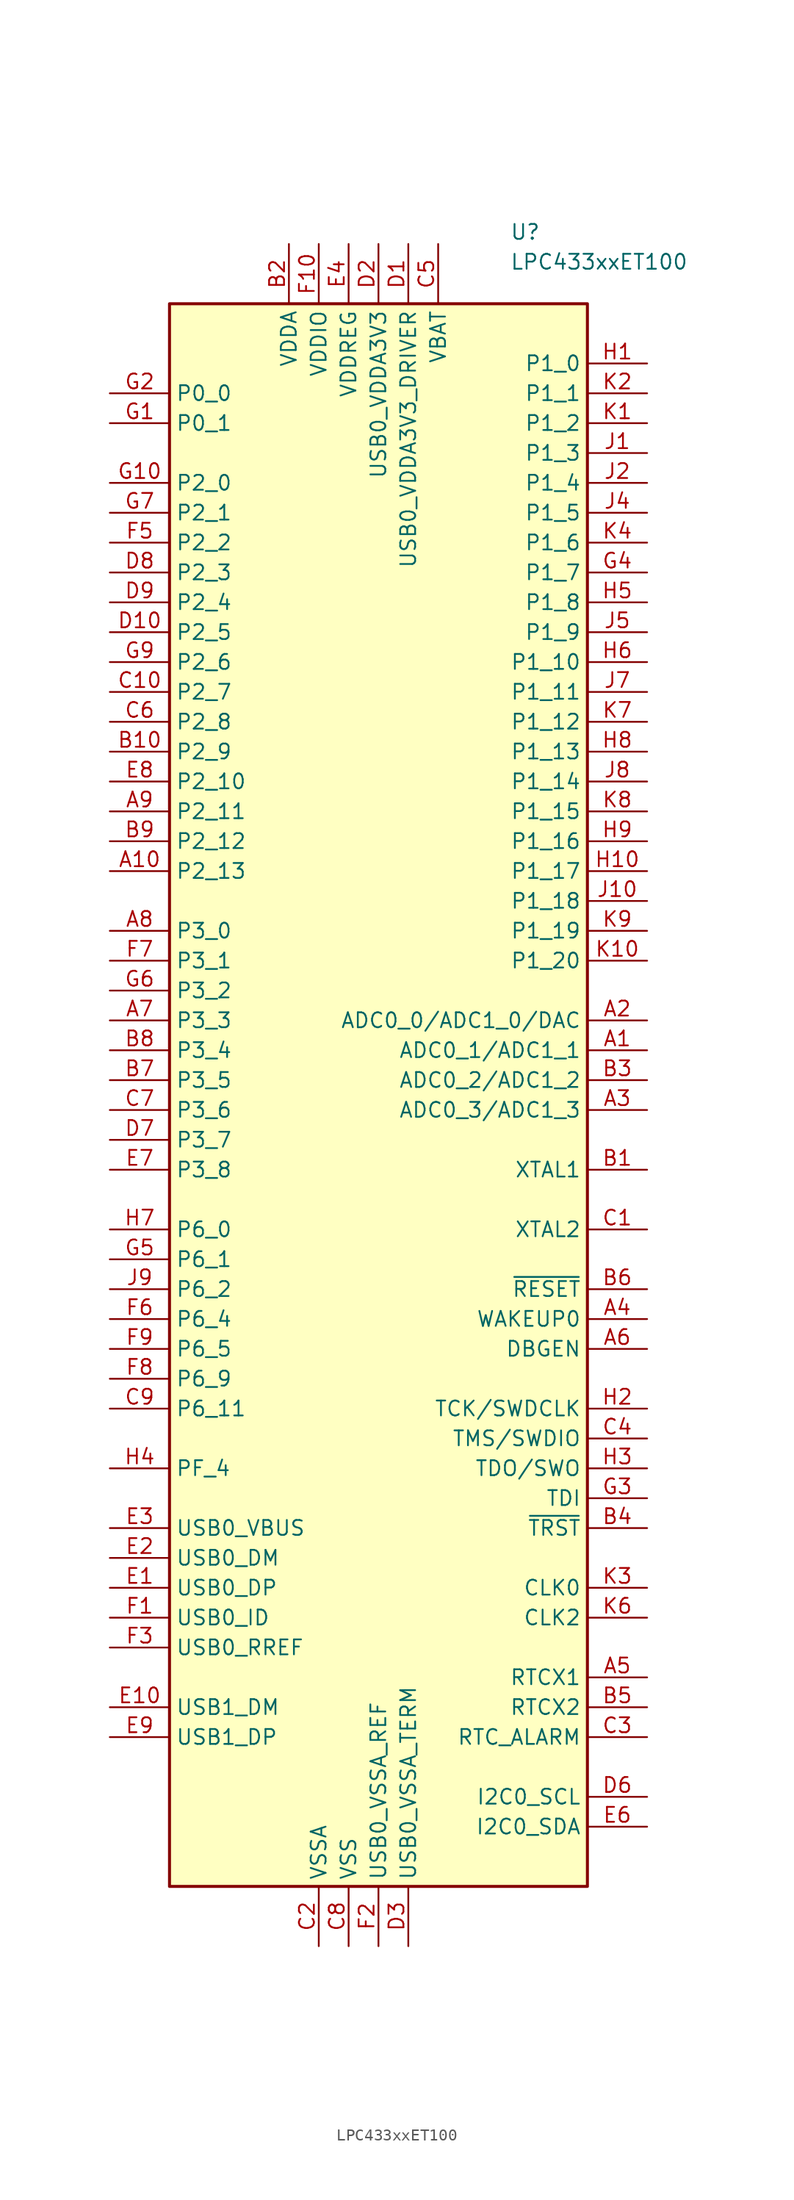
<source format=kicad_sym>
(kicad_symbol_lib
  (version 20241209)
  (generator "kicad_symbol_editor")
  (generator_version "9.0")
  (symbol "LPC433xxET100"
    (property "Reference" "U"
      (at 11.176 74.676 0)
      (effects (font (size 1.27 1.27)) (justify left)))
    (property "Value" "LPC433xxET100"
      (at 11.176 72.136 0)
      (effects (font (size 1.27 1.27)) (justify left)))
    (symbol "LPC433xxET100_1_1"
      (rectangle (start -17.78 68.58) (end 17.78 -66.04) (stroke (width 0.254) (type default)) (fill (type background)))
      (pin bidirectional line (at -22.86 60.96 0) (length 5.08) (name "P0_0" (effects (font (size 1.27 1.27)))) (number "G2" (effects (font (size 1.27 1.27)))))
      (pin bidirectional line (at -22.86 58.42 0) (length 5.08) (name "P0_1" (effects (font (size 1.27 1.27)))) (number "G1" (effects (font (size 1.27 1.27)))))
      (pin bidirectional line (at -22.86 53.34 0) (length 5.08) (name "P2_0" (effects (font (size 1.27 1.27)))) (number "G10" (effects (font (size 1.27 1.27)))))
      (pin bidirectional line (at -22.86 50.8 0) (length 5.08) (name "P2_1" (effects (font (size 1.27 1.27)))) (number "G7" (effects (font (size 1.27 1.27)))))
      (pin bidirectional line (at -22.86 48.26 0) (length 5.08) (name "P2_2" (effects (font (size 1.27 1.27)))) (number "F5" (effects (font (size 1.27 1.27)))))
      (pin bidirectional line (at -22.86 45.72 0) (length 5.08) (name "P2_3" (effects (font (size 1.27 1.27)))) (number "D8" (effects (font (size 1.27 1.27)))))
      (pin bidirectional line (at -22.86 43.18 0) (length 5.08) (name "P2_4" (effects (font (size 1.27 1.27)))) (number "D9" (effects (font (size 1.27 1.27)))))
      (pin bidirectional line (at -22.86 40.64 0) (length 5.08) (name "P2_5" (effects (font (size 1.27 1.27)))) (number "D10" (effects (font (size 1.27 1.27)))))
      (pin bidirectional line (at -22.86 38.1 0) (length 5.08) (name "P2_6" (effects (font (size 1.27 1.27)))) (number "G9" (effects (font (size 1.27 1.27)))))
      (pin bidirectional line (at -22.86 35.56 0) (length 5.08) (name "P2_7" (effects (font (size 1.27 1.27)))) (number "C10" (effects (font (size 1.27 1.27)))))
      (pin bidirectional line (at -22.86 33.02 0) (length 5.08) (name "P2_8" (effects (font (size 1.27 1.27)))) (number "C6" (effects (font (size 1.27 1.27)))))
      (pin bidirectional line (at -22.86 30.48 0) (length 5.08) (name "P2_9" (effects (font (size 1.27 1.27)))) (number "B10" (effects (font (size 1.27 1.27)))))
      (pin bidirectional line (at -22.86 27.94 0) (length 5.08) (name "P2_10" (effects (font (size 1.27 1.27)))) (number "E8" (effects (font (size 1.27 1.27)))))
      (pin bidirectional line (at -22.86 25.4 0) (length 5.08) (name "P2_11" (effects (font (size 1.27 1.27)))) (number "A9" (effects (font (size 1.27 1.27)))))
      (pin bidirectional line (at -22.86 22.86 0) (length 5.08) (name "P2_12" (effects (font (size 1.27 1.27)))) (number "B9" (effects (font (size 1.27 1.27)))))
      (pin bidirectional line (at -22.86 20.32 0) (length 5.08) (name "P2_13" (effects (font (size 1.27 1.27)))) (number "A10" (effects (font (size 1.27 1.27)))))
      (pin bidirectional line (at -22.86 15.24 0) (length 5.08) (name "P3_0" (effects (font (size 1.27 1.27)))) (number "A8" (effects (font (size 1.27 1.27)))))
      (pin bidirectional line (at -22.86 12.7 0) (length 5.08) (name "P3_1" (effects (font (size 1.27 1.27)))) (number "F7" (effects (font (size 1.27 1.27)))))
      (pin bidirectional line (at -22.86 10.16 0) (length 5.08) (name "P3_2" (effects (font (size 1.27 1.27)))) (number "G6" (effects (font (size 1.27 1.27)))))
      (pin bidirectional line (at -22.86 7.62 0) (length 5.08) (name "P3_3" (effects (font (size 1.27 1.27)))) (number "A7" (effects (font (size 1.27 1.27)))))
      (pin bidirectional line (at -22.86 5.08 0) (length 5.08) (name "P3_4" (effects (font (size 1.27 1.27)))) (number "B8" (effects (font (size 1.27 1.27)))))
      (pin bidirectional line (at -22.86 2.54 0) (length 5.08) (name "P3_5" (effects (font (size 1.27 1.27)))) (number "B7" (effects (font (size 1.27 1.27)))))
      (pin bidirectional line (at -22.86 0 0) (length 5.08) (name "P3_6" (effects (font (size 1.27 1.27)))) (number "C7" (effects (font (size 1.27 1.27)))))
      (pin bidirectional line (at -22.86 -2.54 0) (length 5.08) (name "P3_7" (effects (font (size 1.27 1.27)))) (number "D7" (effects (font (size 1.27 1.27)))))
      (pin bidirectional line (at -22.86 -5.08 0) (length 5.08) (name "P3_8" (effects (font (size 1.27 1.27)))) (number "E7" (effects (font (size 1.27 1.27)))))
      (pin bidirectional line (at -22.86 -10.16 0) (length 5.08) (name "P6_0" (effects (font (size 1.27 1.27)))) (number "H7" (effects (font (size 1.27 1.27)))))
      (pin bidirectional line (at -22.86 -12.7 0) (length 5.08) (name "P6_1" (effects (font (size 1.27 1.27)))) (number "G5" (effects (font (size 1.27 1.27)))))
      (pin bidirectional line (at -22.86 -15.24 0) (length 5.08) (name "P6_2" (effects (font (size 1.27 1.27)))) (number "J9" (effects (font (size 1.27 1.27)))))
      (pin bidirectional line (at -22.86 -17.78 0) (length 5.08) (name "P6_4" (effects (font (size 1.27 1.27)))) (number "F6" (effects (font (size 1.27 1.27)))))
      (pin bidirectional line (at -22.86 -20.32 0) (length 5.08) (name "P6_5" (effects (font (size 1.27 1.27)))) (number "F9" (effects (font (size 1.27 1.27)))))
      (pin bidirectional line (at -22.86 -22.86 0) (length 5.08) (name "P6_9" (effects (font (size 1.27 1.27)))) (number "F8" (effects (font (size 1.27 1.27)))))
      (pin bidirectional line (at -22.86 -25.4 0) (length 5.08) (name "P6_11" (effects (font (size 1.27 1.27)))) (number "C9" (effects (font (size 1.27 1.27)))))
      (pin bidirectional line (at -22.86 -30.48 0) (length 5.08) (name "PF_4" (effects (font (size 1.27 1.27)))) (number "H4" (effects (font (size 1.27 1.27)))))
      (pin power_in line (at -22.86 -35.56 0) (length 5.08) (name "USB0_VBUS" (effects (font (size 1.27 1.27)))) (number "E3" (effects (font (size 1.27 1.27)))))
      (pin bidirectional line (at -22.86 -38.1 0) (length 5.08) (name "USB0_DM" (effects (font (size 1.27 1.27)))) (number "E2" (effects (font (size 1.27 1.27)))))
      (pin bidirectional line (at -22.86 -40.64 0) (length 5.08) (name "USB0_DP" (effects (font (size 1.27 1.27)))) (number "E1" (effects (font (size 1.27 1.27)))))
      (pin input line (at -22.86 -43.18 0) (length 5.08) (name "USB0_ID" (effects (font (size 1.27 1.27)))) (number "F1" (effects (font (size 1.27 1.27)))))
      (pin input line (at -22.86 -45.72 0) (length 5.08) (name "USB0_RREF" (effects (font (size 1.27 1.27)))) (number "F3" (effects (font (size 1.27 1.27)))))
      (pin bidirectional line (at -22.86 -50.8 0) (length 5.08) (name "USB1_DM" (effects (font (size 1.27 1.27)))) (number "E10" (effects (font (size 1.27 1.27)))))
      (pin bidirectional line (at -22.86 -53.34 0) (length 5.08) (name "USB1_DP" (effects (font (size 1.27 1.27)))) (number "E9" (effects (font (size 1.27 1.27)))))
      (pin power_in line (at -7.62 73.66 270) (length 5.08) (name "VDDA" (effects (font (size 1.27 1.27)))) (number "B2" (effects (font (size 1.27 1.27)))))
      (pin power_in line (at -5.08 73.66 270) (length 5.08) (name "VDDIO" (effects (font (size 1.27 1.27)))) (number "F10" (effects (font (size 1.27 1.27)))))
      (pin passive line (at -5.08 73.66 270) (length 5.08) (hide yes) (name "VDDIO" (effects (font (size 1.27 1.27)))) (number "K5" (effects (font (size 1.27 1.27)))))
      (pin power_in line (at -5.08 -71.12 90) (length 5.08) (name "VSSA" (effects (font (size 1.27 1.27)))) (number "C2" (effects (font (size 1.27 1.27)))))
      (pin power_in line (at -2.54 73.66 270) (length 5.08) (name "VDDREG" (effects (font (size 1.27 1.27)))) (number "E4" (effects (font (size 1.27 1.27)))))
      (pin passive line (at -2.54 73.66 270) (length 5.08) (hide yes) (name "VDDREG" (effects (font (size 1.27 1.27)))) (number "E5" (effects (font (size 1.27 1.27)))))
      (pin passive line (at -2.54 73.66 270) (length 5.08) (hide yes) (name "VDDREG" (effects (font (size 1.27 1.27)))) (number "F4" (effects (font (size 1.27 1.27)))))
      (pin power_in line (at -2.54 -71.12 90) (length 5.08) (name "VSS" (effects (font (size 1.27 1.27)))) (number "C8" (effects (font (size 1.27 1.27)))))
      (pin passive line (at -2.54 -71.12 90) (length 5.08) (hide yes) (name "VSS" (effects (font (size 1.27 1.27)))) (number "D4" (effects (font (size 1.27 1.27)))))
      (pin passive line (at -2.54 -71.12 90) (length 5.08) (hide yes) (name "VSS" (effects (font (size 1.27 1.27)))) (number "D5" (effects (font (size 1.27 1.27)))))
      (pin passive line (at -2.54 -71.12 90) (length 5.08) (hide yes) (name "VSS" (effects (font (size 1.27 1.27)))) (number "G8" (effects (font (size 1.27 1.27)))))
      (pin passive line (at -2.54 -71.12 90) (length 5.08) (hide yes) (name "VSS" (effects (font (size 1.27 1.27)))) (number "J3" (effects (font (size 1.27 1.27)))))
      (pin passive line (at -2.54 -71.12 90) (length 5.08) (hide yes) (name "VSS" (effects (font (size 1.27 1.27)))) (number "J6" (effects (font (size 1.27 1.27)))))
      (pin power_in line (at 0 73.66 270) (length 5.08) (name "USB0_VDDA3V3" (effects (font (size 1.27 1.27)))) (number "D2" (effects (font (size 1.27 1.27)))))
      (pin power_in line (at 0 -71.12 90) (length 5.08) (name "USB0_VSSA_REF" (effects (font (size 1.27 1.27)))) (number "F2" (effects (font (size 1.27 1.27)))))
      (pin power_in line (at 2.54 73.66 270) (length 5.08) (name "USB0_VDDA3V3_DRIVER" (effects (font (size 1.27 1.27)))) (number "D1" (effects (font (size 1.27 1.27)))))
      (pin power_in line (at 2.54 -71.12 90) (length 5.08) (name "USB0_VSSA_TERM" (effects (font (size 1.27 1.27)))) (number "D3" (effects (font (size 1.27 1.27)))))
      (pin power_in line (at 5.08 73.66 270) (length 5.08) (name "VBAT" (effects (font (size 1.27 1.27)))) (number "C5" (effects (font (size 1.27 1.27)))))
      (pin bidirectional line (at 22.86 63.5 180) (length 5.08) (name "P1_0" (effects (font (size 1.27 1.27)))) (number "H1" (effects (font (size 1.27 1.27)))))
      (pin bidirectional line (at 22.86 60.96 180) (length 5.08) (name "P1_1" (effects (font (size 1.27 1.27)))) (number "K2" (effects (font (size 1.27 1.27)))))
      (pin bidirectional line (at 22.86 58.42 180) (length 5.08) (name "P1_2" (effects (font (size 1.27 1.27)))) (number "K1" (effects (font (size 1.27 1.27)))))
      (pin bidirectional line (at 22.86 55.88 180) (length 5.08) (name "P1_3" (effects (font (size 1.27 1.27)))) (number "J1" (effects (font (size 1.27 1.27)))))
      (pin bidirectional line (at 22.86 53.34 180) (length 5.08) (name "P1_4" (effects (font (size 1.27 1.27)))) (number "J2" (effects (font (size 1.27 1.27)))))
      (pin bidirectional line (at 22.86 50.8 180) (length 5.08) (name "P1_5" (effects (font (size 1.27 1.27)))) (number "J4" (effects (font (size 1.27 1.27)))))
      (pin bidirectional line (at 22.86 48.26 180) (length 5.08) (name "P1_6" (effects (font (size 1.27 1.27)))) (number "K4" (effects (font (size 1.27 1.27)))))
      (pin bidirectional line (at 22.86 45.72 180) (length 5.08) (name "P1_7" (effects (font (size 1.27 1.27)))) (number "G4" (effects (font (size 1.27 1.27)))))
      (pin bidirectional line (at 22.86 43.18 180) (length 5.08) (name "P1_8" (effects (font (size 1.27 1.27)))) (number "H5" (effects (font (size 1.27 1.27)))))
      (pin bidirectional line (at 22.86 40.64 180) (length 5.08) (name "P1_9" (effects (font (size 1.27 1.27)))) (number "J5" (effects (font (size 1.27 1.27)))))
      (pin bidirectional line (at 22.86 38.1 180) (length 5.08) (name "P1_10" (effects (font (size 1.27 1.27)))) (number "H6" (effects (font (size 1.27 1.27)))))
      (pin bidirectional line (at 22.86 35.56 180) (length 5.08) (name "P1_11" (effects (font (size 1.27 1.27)))) (number "J7" (effects (font (size 1.27 1.27)))))
      (pin bidirectional line (at 22.86 33.02 180) (length 5.08) (name "P1_12" (effects (font (size 1.27 1.27)))) (number "K7" (effects (font (size 1.27 1.27)))))
      (pin bidirectional line (at 22.86 30.48 180) (length 5.08) (name "P1_13" (effects (font (size 1.27 1.27)))) (number "H8" (effects (font (size 1.27 1.27)))))
      (pin bidirectional line (at 22.86 27.94 180) (length 5.08) (name "P1_14" (effects (font (size 1.27 1.27)))) (number "J8" (effects (font (size 1.27 1.27)))))
      (pin bidirectional line (at 22.86 25.4 180) (length 5.08) (name "P1_15" (effects (font (size 1.27 1.27)))) (number "K8" (effects (font (size 1.27 1.27)))))
      (pin bidirectional line (at 22.86 22.86 180) (length 5.08) (name "P1_16" (effects (font (size 1.27 1.27)))) (number "H9" (effects (font (size 1.27 1.27)))))
      (pin bidirectional line (at 22.86 20.32 180) (length 5.08) (name "P1_17" (effects (font (size 1.27 1.27)))) (number "H10" (effects (font (size 1.27 1.27)))))
      (pin bidirectional line (at 22.86 17.78 180) (length 5.08) (name "P1_18" (effects (font (size 1.27 1.27)))) (number "J10" (effects (font (size 1.27 1.27)))))
      (pin bidirectional line (at 22.86 15.24 180) (length 5.08) (name "P1_19" (effects (font (size 1.27 1.27)))) (number "K9" (effects (font (size 1.27 1.27)))))
      (pin bidirectional line (at 22.86 12.7 180) (length 5.08) (name "P1_20" (effects (font (size 1.27 1.27)))) (number "K10" (effects (font (size 1.27 1.27)))))
      (pin bidirectional line (at 22.86 7.62 180) (length 5.08) (name "ADC0_0/ADC1_0/DAC" (effects (font (size 1.27 1.27)))) (number "A2" (effects (font (size 1.27 1.27)))))
      (pin input line (at 22.86 5.08 180) (length 5.08) (name "ADC0_1/ADC1_1" (effects (font (size 1.27 1.27)))) (number "A1" (effects (font (size 1.27 1.27)))))
      (pin input line (at 22.86 2.54 180) (length 5.08) (name "ADC0_2/ADC1_2" (effects (font (size 1.27 1.27)))) (number "B3" (effects (font (size 1.27 1.27)))))
      (pin input line (at 22.86 0 180) (length 5.08) (name "ADC0_3/ADC1_3" (effects (font (size 1.27 1.27)))) (number "A3" (effects (font (size 1.27 1.27)))))
      (pin input line (at 22.86 -5.08 180) (length 5.08) (name "XTAL1" (effects (font (size 1.27 1.27)))) (number "B1" (effects (font (size 1.27 1.27)))))
      (pin output line (at 22.86 -10.16 180) (length 5.08) (name "XTAL2" (effects (font (size 1.27 1.27)))) (number "C1" (effects (font (size 1.27 1.27)))))
      (pin input line (at 22.86 -15.24 180) (length 5.08) (name "~{RESET}" (effects (font (size 1.27 1.27)))) (number "B6" (effects (font (size 1.27 1.27)))))
      (pin input line (at 22.86 -17.78 180) (length 5.08) (name "WAKEUP0" (effects (font (size 1.27 1.27)))) (number "A4" (effects (font (size 1.27 1.27)))))
      (pin input line (at 22.86 -20.32 180) (length 5.08) (name "DBGEN" (effects (font (size 1.27 1.27)))) (number "A6" (effects (font (size 1.27 1.27)))))
      (pin input line (at 22.86 -25.4 180) (length 5.08) (name "TCK/SWDCLK" (effects (font (size 1.27 1.27)))) (number "H2" (effects (font (size 1.27 1.27)))))
      (pin bidirectional line (at 22.86 -27.94 180) (length 5.08) (name "TMS/SWDIO" (effects (font (size 1.27 1.27)))) (number "C4" (effects (font (size 1.27 1.27)))))
      (pin output line (at 22.86 -30.48 180) (length 5.08) (name "TDO/SWO" (effects (font (size 1.27 1.27)))) (number "H3" (effects (font (size 1.27 1.27)))))
      (pin input line (at 22.86 -33.02 180) (length 5.08) (name "TDI" (effects (font (size 1.27 1.27)))) (number "G3" (effects (font (size 1.27 1.27)))))
      (pin input line (at 22.86 -35.56 180) (length 5.08) (name "~{TRST}" (effects (font (size 1.27 1.27)))) (number "B4" (effects (font (size 1.27 1.27)))))
      (pin bidirectional line (at 22.86 -40.64 180) (length 5.08) (name "CLK0" (effects (font (size 1.27 1.27)))) (number "K3" (effects (font (size 1.27 1.27)))))
      (pin bidirectional line (at 22.86 -43.18 180) (length 5.08) (name "CLK2" (effects (font (size 1.27 1.27)))) (number "K6" (effects (font (size 1.27 1.27)))))
      (pin input line (at 22.86 -48.26 180) (length 5.08) (name "RTCX1" (effects (font (size 1.27 1.27)))) (number "A5" (effects (font (size 1.27 1.27)))))
      (pin output line (at 22.86 -50.8 180) (length 5.08) (name "RTCX2" (effects (font (size 1.27 1.27)))) (number "B5" (effects (font (size 1.27 1.27)))))
      (pin output line (at 22.86 -53.34 180) (length 5.08) (name "RTC_ALARM" (effects (font (size 1.27 1.27)))) (number "C3" (effects (font (size 1.27 1.27)))))
      (pin bidirectional line (at 22.86 -58.42 180) (length 5.08) (name "I2C0_SCL" (effects (font (size 1.27 1.27)))) (number "D6" (effects (font (size 1.27 1.27)))))
      (pin bidirectional line (at 22.86 -60.96 180) (length 5.08) (name "I2C0_SDA" (effects (font (size 1.27 1.27)))) (number "E6" (effects (font (size 1.27 1.27))))))))
</source>
